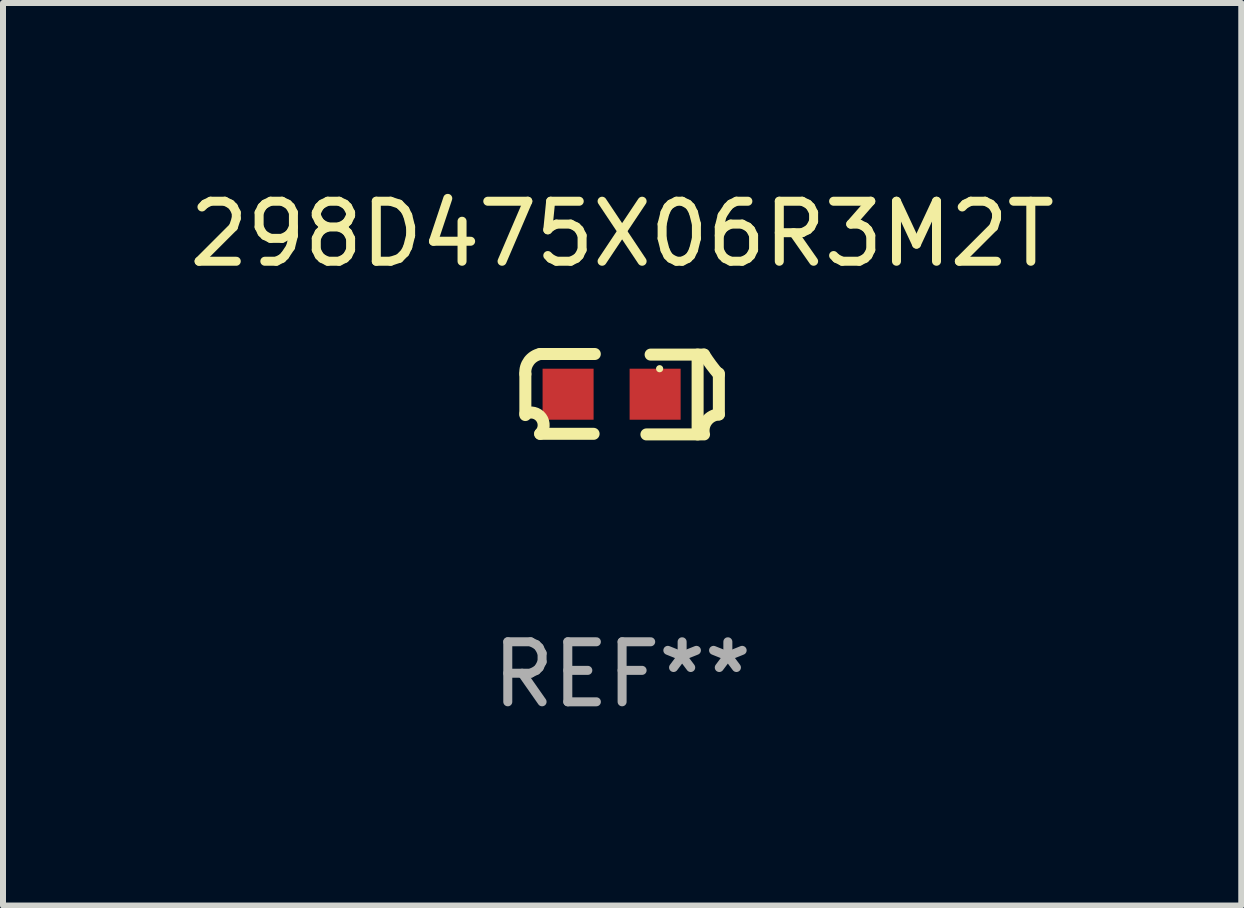
<source format=kicad_pcb>
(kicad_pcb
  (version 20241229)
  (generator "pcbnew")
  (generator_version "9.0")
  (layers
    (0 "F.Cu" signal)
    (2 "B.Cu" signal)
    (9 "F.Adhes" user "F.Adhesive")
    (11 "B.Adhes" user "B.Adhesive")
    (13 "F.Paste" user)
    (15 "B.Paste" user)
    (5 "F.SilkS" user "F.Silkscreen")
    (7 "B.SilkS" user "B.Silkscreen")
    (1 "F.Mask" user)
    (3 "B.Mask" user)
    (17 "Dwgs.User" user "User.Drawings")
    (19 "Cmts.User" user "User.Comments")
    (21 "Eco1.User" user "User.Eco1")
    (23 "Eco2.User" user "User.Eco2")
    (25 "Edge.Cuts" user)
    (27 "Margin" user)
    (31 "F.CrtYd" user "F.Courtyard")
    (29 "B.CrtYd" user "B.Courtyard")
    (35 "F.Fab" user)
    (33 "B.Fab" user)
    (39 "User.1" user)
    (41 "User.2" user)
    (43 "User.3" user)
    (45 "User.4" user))
  (footprint "298D475X06R3M2T"
    (layer "F.Cu")
    (at 7.315 3.518)
    (property "Reference" "298D475X06R3M2T" (at 0 -2.67 0) (layer "F.SilkS") (effects (font (size 1 1) (thickness 0.15))))
    (attr through_hole)
    (fp_line (start -1.612 -0.337) (end -1.612 0.347) (stroke (width 0.2) (type solid)) (layer "F.SilkS"))
    (fp_line (start -1.365 -0.67) (end -0.455 -0.67) (stroke (width 0.2) (type solid)) (layer "F.SilkS"))
    (fp_line (start -1.365 0.66) (end -0.475 0.66) (stroke (width 0.2) (type solid)) (layer "F.SilkS"))
    (fp_line (start 1.258 -0.66) (end 1.258 0.67) (stroke (width 0.2) (type solid)) (layer "F.SilkS"))
    (fp_line (start 1.315 0.67) (end 0.405 0.67) (stroke (width 0.2) (type solid)) (layer "F.SilkS"))
    (fp_line (start 1.365 -0.66) (end 0.475 -0.66) (stroke (width 0.2) (type solid)) (layer "F.SilkS"))
    (fp_line (start 1.612 0.337) (end 1.612 -0.347) (stroke (width 0.2) (type solid)) (layer "F.SilkS"))
    (fp_arc (start -1.611685 -0.33749) (mid -1.551639 -0.550734) (end -1.364948 -0.670003) (stroke (width 0.2) (type solid)) (layer "F.SilkS"))
    (fp_arc (start -1.611684 0.327432) (mid -1.348512 0.38999) (end -1.364948 0.659995) (stroke (width 0.2) (type solid)) (layer "F.SilkS"))
    (fp_arc (start 1.364948 0.669952) (mid 1.409994 0.445562) (end 1.611684 0.33739) (stroke (width 0.2) (type solid)) (layer "F.SilkS"))
    (fp_arc (start 1.611684 -0.327534) (mid 1.482088 -0.489181) (end 1.364948 -0.660071) (stroke (width 0.2) (type solid)) (layer "F.SilkS"))
    (fp_circle (center 0.625 -0.425) (end 0.655 -0.425) (stroke (width 0.06) (type solid)) (fill no) (layer "F.SilkS"))
    (fp_text user "REF**" (at 0 4.67 0) (layer "F.Fab") (effects (font (size 1 1) (thickness 0.15))))
    (pad "1" smd rect (at 0.55 0) (size 0.85 0.85) (layers "F.Cu" "F.Mask" "F.Paste"))
    (pad "2" smd rect (at -0.9 0) (size 0.85 0.85) (layers "F.Cu" "F.Mask" "F.Paste")))
  (gr_rect
    (start -3 -3)
    (end 17.631 12.037)
    (stroke (width 0.1) (type default))
    (fill no)
    (layer "Edge.Cuts")))
</source>
